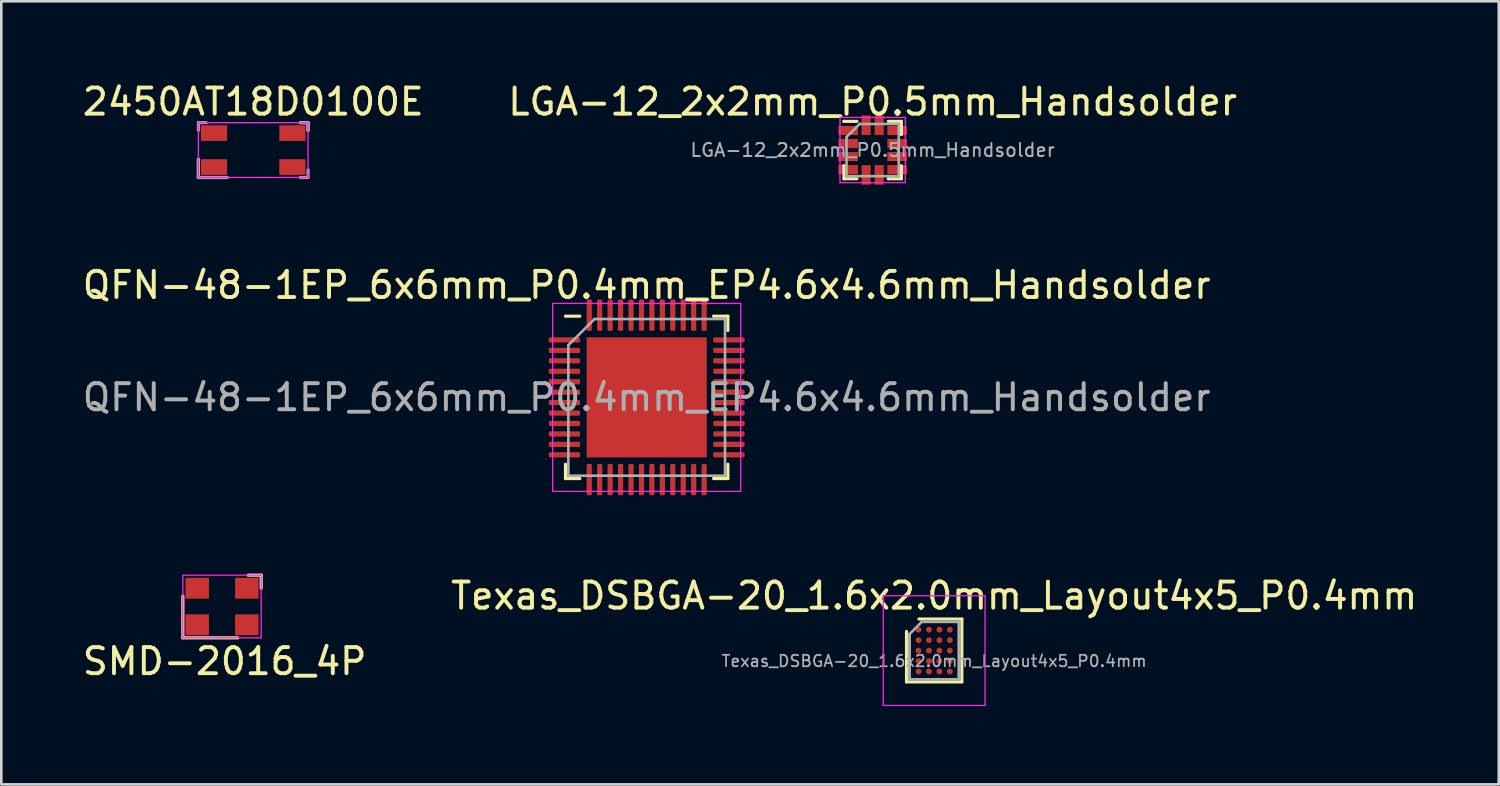
<source format=kicad_pcb>
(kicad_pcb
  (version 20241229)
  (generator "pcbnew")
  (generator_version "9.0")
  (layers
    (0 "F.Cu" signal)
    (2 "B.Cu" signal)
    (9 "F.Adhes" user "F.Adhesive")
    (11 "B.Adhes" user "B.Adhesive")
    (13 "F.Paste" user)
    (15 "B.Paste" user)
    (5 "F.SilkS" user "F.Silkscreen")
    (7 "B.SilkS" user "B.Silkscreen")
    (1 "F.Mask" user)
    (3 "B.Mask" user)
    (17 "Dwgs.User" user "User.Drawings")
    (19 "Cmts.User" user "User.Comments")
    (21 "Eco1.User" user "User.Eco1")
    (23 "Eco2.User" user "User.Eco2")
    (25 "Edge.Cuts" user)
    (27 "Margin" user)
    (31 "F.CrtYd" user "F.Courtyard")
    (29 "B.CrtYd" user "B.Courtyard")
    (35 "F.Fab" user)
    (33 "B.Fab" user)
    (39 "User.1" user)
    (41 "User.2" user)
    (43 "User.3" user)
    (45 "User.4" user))
  (footprint "Texas_DSBGA-20_1.6x2.0mm_Layout4x5_P0.4mm"
    (layer "F.Cu")
    (at 32.732 21.87)
    (property "Reference" "Texas_DSBGA-20_1.6x2.0mm_Layout4x5_P0.4mm" (at 0 -2.1 0) (layer "F.SilkS") (effects (font (size 1 1) (thickness 0.15))))
    (attr smd)
    (fp_line (start -1.06 1.2) (end -1.06 -0.735) (stroke (width 0.12) (type solid)) (layer "F.SilkS"))
    (fp_line (start -0.585 -1.21) (end 1.06 -1.21) (stroke (width 0.12) (type solid)) (layer "F.SilkS"))
    (fp_line (start 1.06 1.2) (end -1.06 1.2) (stroke (width 0.12) (type solid)) (layer "F.SilkS"))
    (fp_line (start 1.06 1.2) (end 1.06 -1.21) (stroke (width 0.12) (type solid)) (layer "F.SilkS"))
    (fp_line (start -1.95 2.1) (end -1.95 -2.1) (stroke (width 0.05) (type solid)) (layer "F.CrtYd"))
    (fp_line (start -1.95 2.1) (end 1.95 2.1) (stroke (width 0.05) (type solid)) (layer "F.CrtYd"))
    (fp_line (start 1.95 -2.1) (end -1.95 -2.1) (stroke (width 0.05) (type solid)) (layer "F.CrtYd"))
    (fp_line (start 1.95 2.1) (end 1.95 -2.1) (stroke (width 0.05) (type solid)) (layer "F.CrtYd"))
    (fp_line (start -0.95 -0.625) (end -0.475 -1.1) (stroke (width 0.1) (type solid)) (layer "F.Fab"))
    (fp_line (start -0.95 1.1) (end -0.95 -0.625) (stroke (width 0.12) (type solid)) (layer "F.Fab"))
    (fp_line (start -0.475 -1.1) (end 0.95 -1.1) (stroke (width 0.1) (type solid)) (layer "F.Fab"))
    (fp_line (start 0.95 1.1) (end -0.95 1.1) (stroke (width 0.1) (type solid)) (layer "F.Fab"))
    (fp_line (start 0.95 1.1) (end 0.95 -1.1) (stroke (width 0.12) (type solid)) (layer "F.Fab"))
    (fp_text user "${REFERENCE}" (at 0 0.4 0) (layer "F.Fab") (effects (font (size 0.44 0.44) (thickness 0.066))))
    (pad "A1" smd circle (at -0.6 -0.8) (size 0.225 0.225) (layers "F.Cu" "F.Mask" "F.Paste"))
    (pad "A2" smd circle (at -0.2 -0.8) (size 0.225 0.225) (layers "F.Cu" "F.Mask" "F.Paste"))
    (pad "A3" smd circle (at 0.2 -0.8) (size 0.225 0.225) (layers "F.Cu" "F.Mask" "F.Paste"))
    (pad "A4" smd circle (at 0.6 -0.8) (size 0.225 0.225) (layers "F.Cu" "F.Mask" "F.Paste"))
    (pad "B1" smd circle (at -0.6 -0.4) (size 0.225 0.225) (layers "F.Cu" "F.Mask" "F.Paste"))
    (pad "B2" smd circle (at -0.2 -0.4) (size 0.225 0.225) (layers "F.Cu" "F.Mask" "F.Paste"))
    (pad "B3" smd circle (at 0.2 -0.4) (size 0.225 0.225) (layers "F.Cu" "F.Mask" "F.Paste"))
    (pad "B4" smd circle (at 0.6 -0.4) (size 0.225 0.225) (layers "F.Cu" "F.Mask" "F.Paste"))
    (pad "C1" smd circle (at -0.6 0) (size 0.225 0.225) (layers "F.Cu" "F.Mask" "F.Paste"))
    (pad "C2" smd circle (at -0.2 0) (size 0.225 0.225) (layers "F.Cu" "F.Mask" "F.Paste"))
    (pad "C3" smd circle (at 0.2 0) (size 0.225 0.225) (layers "F.Cu" "F.Mask" "F.Paste"))
    (pad "C4" smd circle (at 0.6 0) (size 0.225 0.225) (layers "F.Cu" "F.Mask" "F.Paste"))
    (pad "D1" smd circle (at -0.6 0.4) (size 0.225 0.225) (layers "F.Cu" "F.Mask" "F.Paste"))
    (pad "D2" smd circle (at -0.2 0.4) (size 0.225 0.225) (layers "F.Cu" "F.Mask" "F.Paste"))
    (pad "D3" smd circle (at 0.2 0.4) (size 0.225 0.225) (layers "F.Cu" "F.Mask" "F.Paste"))
    (pad "D4" smd circle (at 0.6 0.4) (size 0.225 0.225) (layers "F.Cu" "F.Mask" "F.Paste"))
    (pad "E1" smd circle (at -0.6 0.8) (size 0.225 0.225) (layers "F.Cu" "F.Mask" "F.Paste"))
    (pad "E2" smd circle (at -0.2 0.8) (size 0.225 0.225) (layers "F.Cu" "F.Mask" "F.Paste"))
    (pad "E3" smd circle (at 0.2 0.8) (size 0.225 0.225) (layers "F.Cu" "F.Mask" "F.Paste"))
    (pad "E4" smd circle (at 0.6 0.8) (size 0.225 0.225) (layers "F.Cu" "F.Mask" "F.Paste")))
  (footprint "2450AT18D0100E"
    (layer "F.Cu")
    (at 6.649 2.648)
    (property "Reference" "2450AT18D0100E" (at 0 -1.8 0) (layer "F.SilkS") (effects (font (size 1 1) (thickness 0.15))))
    (attr through_hole)
    (fp_line (start -2.1 0.4) (end -2.1 1.1) (stroke (width 0.12) (type solid)) (layer "F.SilkS"))
    (fp_line (start -2.1 1.1) (end -1 1.1) (stroke (width 0.12) (type solid)) (layer "F.SilkS"))
    (fp_line (start 1.8 -1) (end 2.1 -1) (stroke (width 0.12) (type solid)) (layer "F.SilkS"))
    (fp_line (start 2.1 -1) (end 2.1 -0.7) (stroke (width 0.12) (type solid)) (layer "F.SilkS"))
    (fp_line (start -2.1 -1) (end 2.1 -1) (stroke (width 0.05) (type solid)) (layer "F.CrtYd"))
    (fp_line (start -2.1 1.1) (end -2.1 -1) (stroke (width 0.05) (type solid)) (layer "F.CrtYd"))
    (fp_line (start 2.1 -1) (end 2.1 1.1) (stroke (width 0.05) (type solid)) (layer "F.CrtYd"))
    (fp_line (start 2.1 1.1) (end -2.1 1.1) (stroke (width 0.05) (type solid)) (layer "F.CrtYd"))
    (fp_line (start -2.1 -1) (end -2.1 -0.7) (stroke (width 0.12) (type solid)) (layer "F.Fab"))
    (fp_line (start -2.1 0.4) (end -2.1 1.1) (stroke (width 0.12) (type solid)) (layer "F.Fab"))
    (fp_line (start -2.1 1.1) (end -1 1.1) (stroke (width 0.12) (type solid)) (layer "F.Fab"))
    (fp_line (start -1.8 -1) (end -2.1 -1) (stroke (width 0.12) (type solid)) (layer "F.Fab"))
    (fp_line (start 1.8 1.1) (end 2.1 1.1) (stroke (width 0.12) (type solid)) (layer "F.Fab"))
    (fp_line (start 2.1 -1) (end 1.8 -1) (stroke (width 0.12) (type solid)) (layer "F.Fab"))
    (fp_line (start 2.1 -0.7) (end 2.1 -1) (stroke (width 0.12) (type solid)) (layer "F.Fab"))
    (fp_line (start 2.1 0.9) (end 2.1 0.8) (stroke (width 0.12) (type solid)) (layer "F.Fab"))
    (fp_line (start 2.1 1.1) (end 2.1 0.9) (stroke (width 0.12) (type solid)) (layer "F.Fab"))
    (pad "1" smd rect (at -1.5 0.7) (size 1 0.6) (layers "F.Cu" "F.Mask" "F.Paste"))
    (pad "2" smd rect (at 1.5 0.7) (size 1 0.6) (layers "F.Cu" "F.Mask" "F.Paste"))
    (pad "3" smd rect (at 1.5 -0.6) (size 1 0.6) (layers "F.Cu" "F.Mask" "F.Paste"))
    (pad "4" smd rect (at -1.5 -0.6) (size 1 0.6) (layers "F.Cu" "F.Mask" "F.Paste")))
  (footprint "SMD-2016_4P"
    (layer "F.Cu")
    (at 5.454 20.181)
    (property "Reference" "SMD-2016_4P" (at 0.1 2.1 0) (layer "F.SilkS") (effects (font (size 1 1) (thickness 0.15))))
    (attr through_hole)
    (fp_line (start -1.5 -0.4) (end -1.5 1.2) (stroke (width 0.12) (type solid)) (layer "F.SilkS"))
    (fp_line (start -1.5 1.2) (end 0.6 1.2) (stroke (width 0.12) (type solid)) (layer "F.SilkS"))
    (fp_line (start 1.5 -1.2) (end 1 -1.2) (stroke (width 0.12) (type solid)) (layer "F.SilkS"))
    (fp_line (start 1.5 -0.7) (end 1.5 -1.2) (stroke (width 0.12) (type solid)) (layer "F.SilkS"))
    (fp_line (start -1.5 -1.2) (end 1.5 -1.2) (stroke (width 0.05) (type solid)) (layer "F.CrtYd"))
    (fp_line (start -1.5 1.2) (end -1.5 -1.2) (stroke (width 0.05) (type solid)) (layer "F.CrtYd"))
    (fp_line (start 1.5 -1.2) (end 1.5 1.2) (stroke (width 0.05) (type solid)) (layer "F.CrtYd"))
    (fp_line (start 1.5 1.2) (end -1.5 1.2) (stroke (width 0.05) (type solid)) (layer "F.CrtYd"))
    (pad "1" smd rect (at -0.95 0.7) (size 0.9 0.8) (layers "F.Cu" "F.Mask" "F.Paste"))
    (pad "2" smd rect (at 0.95 0.7) (size 0.9 0.8) (layers "F.Cu" "F.Mask" "F.Paste"))
    (pad "3" smd rect (at 0.95 -0.7) (size 0.9 0.8) (layers "F.Cu" "F.Mask" "F.Paste"))
    (pad "4" smd rect (at -0.95 -0.7) (size 0.9 0.8) (layers "F.Cu" "F.Mask" "F.Paste")))
  (footprint "LGA-12_2x2mm_P0.5mm_Handsolder"
    (layer "F.Cu")
    (at 30.375 2.698)
    (property "Reference" "LGA-12_2x2mm_P0.5mm_Handsolder" (at 0 -1.85 0) (layer "F.SilkS") (effects (font (size 1 1) (thickness 0.15))))
    (attr smd)
    (fp_line (start -1.1 -1.1) (end -1.1 -1.1) (stroke (width 0.12) (type solid)) (layer "F.SilkS"))
    (fp_line (start -1.1 0.6) (end -1.1 0.6) (stroke (width 0.12) (type solid)) (layer "F.SilkS"))
    (fp_line (start -1.1 1.1) (end -1.1 0.6) (stroke (width 0.12) (type solid)) (layer "F.SilkS"))
    (fp_line (start -0.6 -1.1) (end -1.1 -1.1) (stroke (width 0.12) (type solid)) (layer "F.SilkS"))
    (fp_line (start -0.6 1.1) (end -1.1 1.1) (stroke (width 0.12) (type solid)) (layer "F.SilkS"))
    (fp_line (start 0.6 -1.1) (end 1.1 -1.1) (stroke (width 0.12) (type solid)) (layer "F.SilkS"))
    (fp_line (start 0.6 1.1) (end 0.6 1.1) (stroke (width 0.12) (type solid)) (layer "F.SilkS"))
    (fp_line (start 1.1 -1.1) (end 1.1 -0.6) (stroke (width 0.12) (type solid)) (layer "F.SilkS"))
    (fp_line (start 1.1 -0.6) (end 1.1 -0.6) (stroke (width 0.12) (type solid)) (layer "F.SilkS"))
    (fp_line (start 1.1 0.6) (end 1.1 1.1) (stroke (width 0.12) (type solid)) (layer "F.SilkS"))
    (fp_line (start 1.1 1.1) (end 0.6 1.1) (stroke (width 0.12) (type solid)) (layer "F.SilkS"))
    (fp_line (start -1.25 -1.25) (end 1.25 -1.25) (stroke (width 0.05) (type solid)) (layer "F.CrtYd"))
    (fp_line (start -1.25 1.25) (end -1.25 -1.25) (stroke (width 0.05) (type solid)) (layer "F.CrtYd"))
    (fp_line (start 1.25 -1.25) (end 1.25 1.25) (stroke (width 0.05) (type solid)) (layer "F.CrtYd"))
    (fp_line (start 1.25 1.25) (end -1.25 1.25) (stroke (width 0.05) (type solid)) (layer "F.CrtYd"))
    (fp_line (start -1 -0.5) (end -0.5 -1) (stroke (width 0.1) (type solid)) (layer "F.Fab"))
    (fp_line (start -1 1) (end -1 -0.5) (stroke (width 0.1) (type solid)) (layer "F.Fab"))
    (fp_line (start -0.5 -1) (end 1 -1) (stroke (width 0.1) (type solid)) (layer "F.Fab"))
    (fp_line (start 1 -1) (end 1 1) (stroke (width 0.1) (type solid)) (layer "F.Fab"))
    (fp_line (start 1 1) (end -1 1) (stroke (width 0.1) (type solid)) (layer "F.Fab"))
    (fp_text user "${REFERENCE}" (at 0 0 0) (layer "F.Fab") (effects (font (size 0.5 0.5) (thickness 0.075))))
    (pad "1" smd rect (at -0.938 -0.75) (size 0.75 0.35) (layers "F.Cu" "F.Mask" "F.Paste"))
    (pad "2" smd rect (at -0.938 -0.25) (size 0.75 0.35) (layers "F.Cu" "F.Mask" "F.Paste"))
    (pad "3" smd rect (at -0.938 0.25) (size 0.75 0.35) (layers "F.Cu" "F.Mask" "F.Paste"))
    (pad "4" smd rect (at -0.938 0.75) (size 0.75 0.35) (layers "F.Cu" "F.Mask" "F.Paste"))
    (pad "5" smd rect (at -0.25 0.95 90) (size 0.75 0.35) (layers "F.Cu" "F.Mask" "F.Paste"))
    (pad "6" smd rect (at 0.25 0.95 90) (size 0.75 0.35) (layers "F.Cu" "F.Mask" "F.Paste"))
    (pad "7" smd rect (at 0.938 0.75) (size 0.75 0.35) (layers "F.Cu" "F.Mask" "F.Paste"))
    (pad "8" smd rect (at 0.938 0.25) (size 0.75 0.35) (layers "F.Cu" "F.Mask" "F.Paste"))
    (pad "9" smd rect (at 0.938 -0.25) (size 0.75 0.35) (layers "F.Cu" "F.Mask" "F.Paste"))
    (pad "10" smd rect (at 0.938 -0.75) (size 0.75 0.35) (layers "F.Cu" "F.Mask" "F.Paste"))
    (pad "11" smd rect (at 0.25 -0.95 90) (size 0.75 0.35) (layers "F.Cu" "F.Mask" "F.Paste"))
    (pad "12" smd rect (at -0.25 -0.95 90) (size 0.75 0.35) (layers "F.Cu" "F.Mask" "F.Paste")))
  (footprint "QFN-48-1EP_6x6mm_P0.4mm_EP4.6x4.6mm_Handsolder"
    (layer "F.Cu")
    (at 21.72 12.171)
    (property "Reference" "QFN-48-1EP_6x6mm_P0.4mm_EP4.6x4.6mm_Handsolder" (at 0 -4.3 0) (layer "F.SilkS") (effects (font (size 1 1) (thickness 0.15))))
    (attr smd)
    (fp_line (start -3.11 3.11) (end -3.11 2.56) (stroke (width 0.12) (type solid)) (layer "F.SilkS"))
    (fp_line (start -2.56 -3.11) (end -3.11 -3.11) (stroke (width 0.12) (type solid)) (layer "F.SilkS"))
    (fp_line (start -2.56 3.11) (end -3.11 3.11) (stroke (width 0.12) (type solid)) (layer "F.SilkS"))
    (fp_line (start 2.56 -3.11) (end 3.11 -3.11) (stroke (width 0.12) (type solid)) (layer "F.SilkS"))
    (fp_line (start 2.56 3.11) (end 3.11 3.11) (stroke (width 0.12) (type solid)) (layer "F.SilkS"))
    (fp_line (start 3.11 -3.11) (end 3.11 -2.56) (stroke (width 0.12) (type solid)) (layer "F.SilkS"))
    (fp_line (start 3.11 3.11) (end 3.11 2.56) (stroke (width 0.12) (type solid)) (layer "F.SilkS"))
    (fp_line (start -3.6 -3.6) (end -3.6 3.6) (stroke (width 0.05) (type solid)) (layer "F.CrtYd"))
    (fp_line (start -3.6 3.6) (end 3.6 3.6) (stroke (width 0.05) (type solid)) (layer "F.CrtYd"))
    (fp_line (start 3.6 -3.6) (end -3.6 -3.6) (stroke (width 0.05) (type solid)) (layer "F.CrtYd"))
    (fp_line (start 3.6 3.6) (end 3.6 -3.6) (stroke (width 0.05) (type solid)) (layer "F.CrtYd"))
    (fp_line (start -3 -2) (end -2 -3) (stroke (width 0.1) (type solid)) (layer "F.Fab"))
    (fp_line (start -3 3) (end -3 -2) (stroke (width 0.1) (type solid)) (layer "F.Fab"))
    (fp_line (start -2 -3) (end 3 -3) (stroke (width 0.1) (type solid)) (layer "F.Fab"))
    (fp_line (start 3 -3) (end 3 3) (stroke (width 0.1) (type solid)) (layer "F.Fab"))
    (fp_line (start 3 3) (end -3 3) (stroke (width 0.1) (type solid)) (layer "F.Fab"))
    (fp_text user "${REFERENCE}" (at 0 0 0) (layer "F.Fab") (effects (font (size 1 1) (thickness 0.15))))
    (pad "" smd roundrect (at -1.53 -1.53) (size 1.24 1.24) (layers "F.Paste") (roundrect_rratio 0.202))
    (pad "" smd roundrect (at -1.53 0) (size 1.24 1.24) (layers "F.Paste") (roundrect_rratio 0.202))
    (pad "" smd roundrect (at -1.53 1.53) (size 1.24 1.24) (layers "F.Paste") (roundrect_rratio 0.202))
    (pad "" smd roundrect (at 0 -1.53) (size 1.24 1.24) (layers "F.Paste") (roundrect_rratio 0.202))
    (pad "" smd roundrect (at 0 0) (size 1.24 1.24) (layers "F.Paste") (roundrect_rratio 0.202))
    (pad "" smd roundrect (at 0 1.53) (size 1.24 1.24) (layers "F.Paste") (roundrect_rratio 0.202))
    (pad "" smd roundrect (at 1.53 -1.53) (size 1.24 1.24) (layers "F.Paste") (roundrect_rratio 0.202))
    (pad "" smd roundrect (at 1.53 0) (size 1.24 1.24) (layers "F.Paste") (roundrect_rratio 0.202))
    (pad "" smd roundrect (at 1.53 1.53) (size 1.24 1.24) (layers "F.Paste") (roundrect_rratio 0.202))
    (pad "1" smd roundrect (at -3.15 -2.2) (size 1.2 0.2) (layers "F.Cu" "F.Mask" "F.Paste") (roundrect_rratio 0.25))
    (pad "2" smd roundrect (at -3.15 -1.8) (size 1.2 0.2) (layers "F.Cu" "F.Mask" "F.Paste") (roundrect_rratio 0.25))
    (pad "3" smd roundrect (at -3.15 -1.4) (size 1.2 0.2) (layers "F.Cu" "F.Mask" "F.Paste") (roundrect_rratio 0.25))
    (pad "4" smd roundrect (at -3.15 -1) (size 1.2 0.2) (layers "F.Cu" "F.Mask" "F.Paste") (roundrect_rratio 0.25))
    (pad "5" smd roundrect (at -3.15 -0.6) (size 1.2 0.2) (layers "F.Cu" "F.Mask" "F.Paste") (roundrect_rratio 0.25))
    (pad "6" smd roundrect (at -3.15 -0.2) (size 1.2 0.2) (layers "F.Cu" "F.Mask" "F.Paste") (roundrect_rratio 0.25))
    (pad "7" smd roundrect (at -3.15 0.2) (size 1.2 0.2) (layers "F.Cu" "F.Mask" "F.Paste") (roundrect_rratio 0.25))
    (pad "8" smd roundrect (at -3.15 0.6) (size 1.2 0.2) (layers "F.Cu" "F.Mask" "F.Paste") (roundrect_rratio 0.25))
    (pad "9" smd roundrect (at -3.15 1) (size 1.2 0.2) (layers "F.Cu" "F.Mask" "F.Paste") (roundrect_rratio 0.25))
    (pad "10" smd roundrect (at -3.15 1.4) (size 1.2 0.2) (layers "F.Cu" "F.Mask" "F.Paste") (roundrect_rratio 0.25))
    (pad "11" smd roundrect (at -3.15 1.8) (size 1.2 0.2) (layers "F.Cu" "F.Mask" "F.Paste") (roundrect_rratio 0.25))
    (pad "12" smd roundrect (at -3.15 2.2) (size 1.2 0.2) (layers "F.Cu" "F.Mask" "F.Paste") (roundrect_rratio 0.25))
    (pad "13" smd roundrect (at -2.2 3.15) (size 0.2 1.2) (layers "F.Cu" "F.Mask" "F.Paste") (roundrect_rratio 0.25))
    (pad "14" smd roundrect (at -1.8 3.15) (size 0.2 1.2) (layers "F.Cu" "F.Mask" "F.Paste") (roundrect_rratio 0.25))
    (pad "15" smd roundrect (at -1.4 3.15) (size 0.2 1.2) (layers "F.Cu" "F.Mask" "F.Paste") (roundrect_rratio 0.25))
    (pad "16" smd roundrect (at -1 3.15) (size 0.2 1.2) (layers "F.Cu" "F.Mask" "F.Paste") (roundrect_rratio 0.25))
    (pad "17" smd roundrect (at -0.6 3.15) (size 0.2 1.2) (layers "F.Cu" "F.Mask" "F.Paste") (roundrect_rratio 0.25))
    (pad "18" smd roundrect (at -0.2 3.15) (size 0.2 1.2) (layers "F.Cu" "F.Mask" "F.Paste") (roundrect_rratio 0.25))
    (pad "19" smd roundrect (at 0.2 3.15) (size 0.2 1.2) (layers "F.Cu" "F.Mask" "F.Paste") (roundrect_rratio 0.25))
    (pad "20" smd roundrect (at 0.6 3.15) (size 0.2 1.2) (layers "F.Cu" "F.Mask" "F.Paste") (roundrect_rratio 0.25))
    (pad "21" smd roundrect (at 1 3.15) (size 0.2 1.2) (layers "F.Cu" "F.Mask" "F.Paste") (roundrect_rratio 0.25))
    (pad "22" smd roundrect (at 1.4 3.15) (size 0.2 1.2) (layers "F.Cu" "F.Mask" "F.Paste") (roundrect_rratio 0.25))
    (pad "23" smd roundrect (at 1.8 3.15) (size 0.2 1.2) (layers "F.Cu" "F.Mask" "F.Paste") (roundrect_rratio 0.25))
    (pad "24" smd roundrect (at 2.2 3.15) (size 0.2 1.2) (layers "F.Cu" "F.Mask" "F.Paste") (roundrect_rratio 0.25))
    (pad "25" smd roundrect (at 3.15 2.2) (size 1.2 0.2) (layers "F.Cu" "F.Mask" "F.Paste") (roundrect_rratio 0.25))
    (pad "26" smd roundrect (at 3.15 1.8) (size 1.2 0.2) (layers "F.Cu" "F.Mask" "F.Paste") (roundrect_rratio 0.25))
    (pad "27" smd roundrect (at 3.15 1.4) (size 1.2 0.2) (layers "F.Cu" "F.Mask" "F.Paste") (roundrect_rratio 0.25))
    (pad "28" smd roundrect (at 3.15 1) (size 1.2 0.2) (layers "F.Cu" "F.Mask" "F.Paste") (roundrect_rratio 0.25))
    (pad "29" smd roundrect (at 3.15 0.6) (size 1.2 0.2) (layers "F.Cu" "F.Mask" "F.Paste") (roundrect_rratio 0.25))
    (pad "30" smd roundrect (at 3.15 0.2) (size 1.2 0.2) (layers "F.Cu" "F.Mask" "F.Paste") (roundrect_rratio 0.25))
    (pad "31" smd roundrect (at 3.15 -0.2) (size 1.2 0.2) (layers "F.Cu" "F.Mask" "F.Paste") (roundrect_rratio 0.25))
    (pad "32" smd roundrect (at 3.15 -0.6) (size 1.2 0.2) (layers "F.Cu" "F.Mask" "F.Paste") (roundrect_rratio 0.25))
    (pad "33" smd roundrect (at 3.15 -1) (size 1.2 0.2) (layers "F.Cu" "F.Mask" "F.Paste") (roundrect_rratio 0.25))
    (pad "34" smd roundrect (at 3.15 -1.4) (size 1.2 0.2) (layers "F.Cu" "F.Mask" "F.Paste") (roundrect_rratio 0.25))
    (pad "35" smd roundrect (at 3.15 -1.8) (size 1.2 0.2) (layers "F.Cu" "F.Mask" "F.Paste") (roundrect_rratio 0.25))
    (pad "36" smd roundrect (at 3.15 -2.2) (size 1.2 0.2) (layers "F.Cu" "F.Mask" "F.Paste") (roundrect_rratio 0.25))
    (pad "37" smd roundrect (at 2.2 -3.15) (size 0.2 1.2) (layers "F.Cu" "F.Mask" "F.Paste") (roundrect_rratio 0.25))
    (pad "38" smd roundrect (at 1.8 -3.15) (size 0.2 1.2) (layers "F.Cu" "F.Mask" "F.Paste") (roundrect_rratio 0.25))
    (pad "39" smd roundrect (at 1.4 -3.15) (size 0.2 1.2) (layers "F.Cu" "F.Mask" "F.Paste") (roundrect_rratio 0.25))
    (pad "40" smd roundrect (at 1 -3.15) (size 0.2 1.2) (layers "F.Cu" "F.Mask" "F.Paste") (roundrect_rratio 0.25))
    (pad "41" smd roundrect (at 0.6 -3.15) (size 0.2 1.2) (layers "F.Cu" "F.Mask" "F.Paste") (roundrect_rratio 0.25))
    (pad "42" smd roundrect (at 0.2 -3.15) (size 0.2 1.2) (layers "F.Cu" "F.Mask" "F.Paste") (roundrect_rratio 0.25))
    (pad "43" smd roundrect (at -0.2 -3.15) (size 0.2 1.2) (layers "F.Cu" "F.Mask" "F.Paste") (roundrect_rratio 0.25))
    (pad "44" smd roundrect (at -0.6 -3.15) (size 0.2 1.2) (layers "F.Cu" "F.Mask" "F.Paste") (roundrect_rratio 0.25))
    (pad "45" smd roundrect (at -1 -3.15) (size 0.2 1.2) (layers "F.Cu" "F.Mask" "F.Paste") (roundrect_rratio 0.25))
    (pad "46" smd roundrect (at -1.4 -3.15) (size 0.2 1.2) (layers "F.Cu" "F.Mask" "F.Paste") (roundrect_rratio 0.25))
    (pad "47" smd roundrect (at -1.8 -3.15) (size 0.2 1.2) (layers "F.Cu" "F.Mask" "F.Paste") (roundrect_rratio 0.25))
    (pad "48" smd roundrect (at -2.2 -3.15) (size 0.2 1.2) (layers "F.Cu" "F.Mask" "F.Paste") (roundrect_rratio 0.25))
    (pad "49" smd rect (at 0 0) (size 4.6 4.6) (layers "F.Cu" "F.Mask")))
  (gr_rect
    (start -3 -3)
    (end 54.357 26.995)
    (stroke (width 0.1) (type default))
    (fill no)
    (layer "Edge.Cuts")))
</source>
